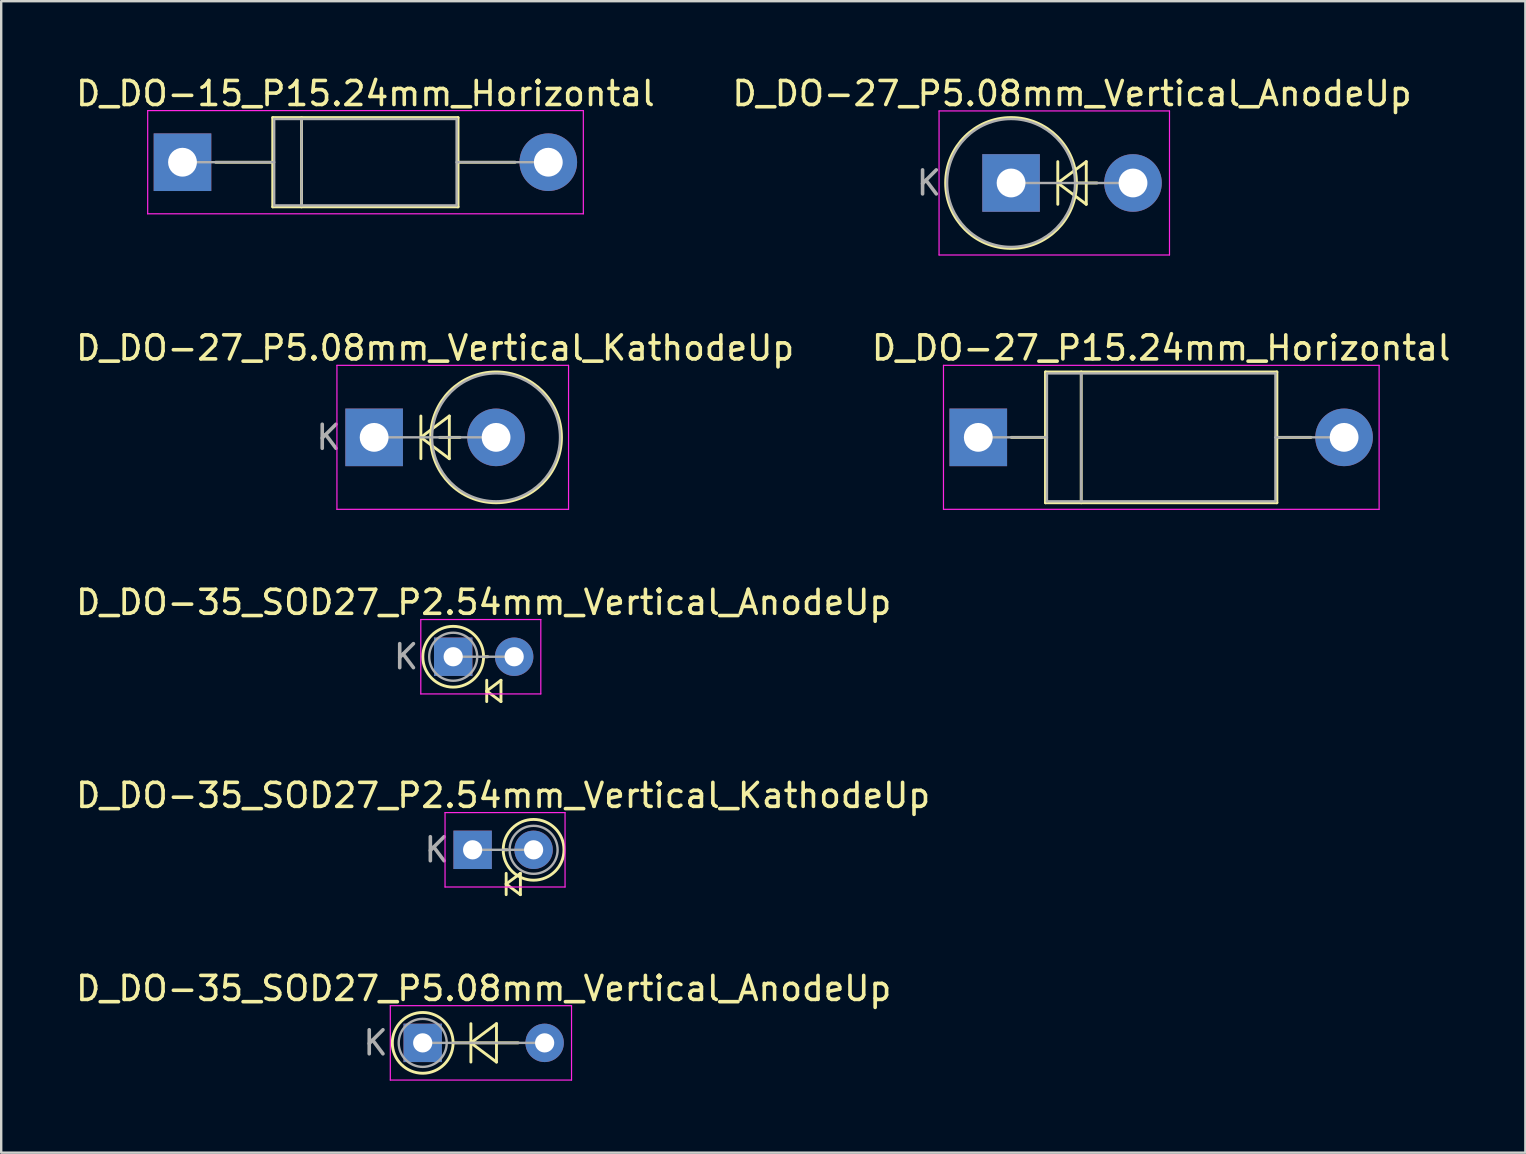
<source format=kicad_pcb>
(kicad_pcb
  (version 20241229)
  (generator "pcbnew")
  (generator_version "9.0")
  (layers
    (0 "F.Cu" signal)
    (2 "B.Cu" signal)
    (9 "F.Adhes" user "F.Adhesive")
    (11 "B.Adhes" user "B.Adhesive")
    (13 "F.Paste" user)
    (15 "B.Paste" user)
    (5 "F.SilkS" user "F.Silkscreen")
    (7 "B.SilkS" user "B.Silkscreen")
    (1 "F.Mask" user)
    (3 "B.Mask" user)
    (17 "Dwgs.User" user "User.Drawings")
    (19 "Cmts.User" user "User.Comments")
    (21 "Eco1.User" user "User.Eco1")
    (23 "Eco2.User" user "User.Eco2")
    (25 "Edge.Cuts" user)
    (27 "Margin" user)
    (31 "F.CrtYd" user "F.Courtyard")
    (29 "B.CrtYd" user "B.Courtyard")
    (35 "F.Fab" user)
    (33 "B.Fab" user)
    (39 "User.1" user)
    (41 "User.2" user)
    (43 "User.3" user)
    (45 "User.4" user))
  (footprint "D_DO-27_P15.24mm_Horizontal"
    (layer "F.Cu")
    (at 37.707 15.171)
    (property "Reference" "D_DO-27_P15.24mm_Horizontal" (at 7.62 -3.725 0) (layer "F.SilkS") (effects (font (size 1 1) (thickness 0.15))))
    (attr through_hole)
    (fp_line (start 1.38 0) (end 2.8 0) (stroke (width 0.12) (type solid)) (layer "F.SilkS"))
    (fp_line (start 2.8 -2.725) (end 2.8 2.725) (stroke (width 0.12) (type solid)) (layer "F.SilkS"))
    (fp_line (start 2.8 2.725) (end 12.44 2.725) (stroke (width 0.12) (type solid)) (layer "F.SilkS"))
    (fp_line (start 4.288 -2.725) (end 4.288 2.725) (stroke (width 0.12) (type solid)) (layer "F.SilkS"))
    (fp_line (start 12.44 -2.725) (end 2.8 -2.725) (stroke (width 0.12) (type solid)) (layer "F.SilkS"))
    (fp_line (start 12.44 2.725) (end 12.44 -2.725) (stroke (width 0.12) (type solid)) (layer "F.SilkS"))
    (fp_line (start 13.86 0) (end 12.44 0) (stroke (width 0.12) (type solid)) (layer "F.SilkS"))
    (fp_line (start -1.45 -3) (end -1.45 3) (stroke (width 0.05) (type solid)) (layer "F.CrtYd"))
    (fp_line (start -1.45 3) (end 16.7 3) (stroke (width 0.05) (type solid)) (layer "F.CrtYd"))
    (fp_line (start 16.7 -3) (end -1.45 -3) (stroke (width 0.05) (type solid)) (layer "F.CrtYd"))
    (fp_line (start 16.7 3) (end 16.7 -3) (stroke (width 0.05) (type solid)) (layer "F.CrtYd"))
    (fp_line (start 0 0) (end 2.86 0) (stroke (width 0.1) (type solid)) (layer "F.Fab"))
    (fp_line (start 2.86 -2.665) (end 2.86 2.665) (stroke (width 0.1) (type solid)) (layer "F.Fab"))
    (fp_line (start 2.86 2.665) (end 12.38 2.665) (stroke (width 0.1) (type solid)) (layer "F.Fab"))
    (fp_line (start 4.288 -2.665) (end 4.288 2.665) (stroke (width 0.1) (type solid)) (layer "F.Fab"))
    (fp_line (start 12.38 -2.665) (end 2.86 -2.665) (stroke (width 0.1) (type solid)) (layer "F.Fab"))
    (fp_line (start 12.38 2.665) (end 12.38 -2.665) (stroke (width 0.1) (type solid)) (layer "F.Fab"))
    (fp_line (start 15.24 0) (end 12.38 0) (stroke (width 0.1) (type solid)) (layer "F.Fab"))
    (pad "1" thru_hole rect (at 0 0) (size 2.4 2.4) (drill 1.2) (layers "*.Cu" "*.Mask"))
    (pad "2" thru_hole oval (at 15.24 0) (size 2.4 2.4) (drill 1.2) (layers "*.Cu" "*.Mask")))
  (footprint "D_DO-35_SOD27_P5.08mm_Vertical_AnodeUp"
    (layer "F.Cu")
    (at 14.561 40.398)
    (property "Reference" "D_DO-35_SOD27_P5.08mm_Vertical_AnodeUp" (at 2.54 -2.266 0) (layer "F.SilkS") (effects (font (size 1 1) (thickness 0.15))))
    (attr through_hole)
    (fp_line (start 1.266 0) (end 3.98 0) (stroke (width 0.12) (type solid)) (layer "F.SilkS"))
    (fp_line (start 2.007 -0.8) (end 2.007 0.8) (stroke (width 0.12) (type solid)) (layer "F.SilkS"))
    (fp_line (start 2.007 0) (end 3.073 -0.8) (stroke (width 0.12) (type solid)) (layer "F.SilkS"))
    (fp_line (start 3.073 -0.8) (end 3.073 0.8) (stroke (width 0.12) (type solid)) (layer "F.SilkS"))
    (fp_line (start 3.073 0.8) (end 2.007 0) (stroke (width 0.12) (type solid)) (layer "F.SilkS"))
    (fp_circle (center 0 0) (end 1.266 0) (stroke (width 0.12) (type solid)) (fill no) (layer "F.SilkS"))
    (fp_line (start -1.35 -1.55) (end -1.35 1.55) (stroke (width 0.05) (type solid)) (layer "F.CrtYd"))
    (fp_line (start -1.35 1.55) (end 6.2 1.55) (stroke (width 0.05) (type solid)) (layer "F.CrtYd"))
    (fp_line (start 6.2 -1.55) (end -1.35 -1.55) (stroke (width 0.05) (type solid)) (layer "F.CrtYd"))
    (fp_line (start 6.2 1.55) (end 6.2 -1.55) (stroke (width 0.05) (type solid)) (layer "F.CrtYd"))
    (fp_line (start 0 0) (end 5.08 0) (stroke (width 0.1) (type solid)) (layer "F.Fab"))
    (fp_circle (center 0 0) (end 1 0) (stroke (width 0.1) (type solid)) (fill no) (layer "F.Fab"))
    (fp_text user "K" (at -1.966 0 0) (layer "F.Fab") (effects (font (size 1 1) (thickness 0.15))))
    (pad "1" thru_hole rect (at 0 0) (size 1.6 1.6) (drill 0.8) (layers "*.Cu" "*.Mask"))
    (pad "2" thru_hole oval (at 5.08 0) (size 1.6 1.6) (drill 0.8) (layers "*.Cu" "*.Mask")))
  (footprint "D_DO-27_P5.08mm_Vertical_KathodeUp"
    (layer "F.Cu")
    (at 12.537 15.171)
    (property "Reference" "D_DO-27_P5.08mm_Vertical_KathodeUp" (at 2.54 -3.725 0) (layer "F.SilkS") (effects (font (size 1 1) (thickness 0.15))))
    (attr through_hole)
    (fp_line (start 1.947 -0.889) (end 1.947 0.889) (stroke (width 0.12) (type solid)) (layer "F.SilkS"))
    (fp_line (start 1.947 0) (end 3.133 -0.889) (stroke (width 0.12) (type solid)) (layer "F.SilkS"))
    (fp_line (start 2.725 0) (end 3.58 0) (stroke (width 0.12) (type solid)) (layer "F.SilkS"))
    (fp_line (start 3.133 -0.889) (end 3.133 0.889) (stroke (width 0.12) (type solid)) (layer "F.SilkS"))
    (fp_line (start 3.133 0.889) (end 1.947 0) (stroke (width 0.12) (type solid)) (layer "F.SilkS"))
    (fp_circle (center 5.08 0) (end 7.805 0) (stroke (width 0.12) (type solid)) (fill no) (layer "F.SilkS"))
    (fp_line (start -1.55 -3) (end -1.55 3) (stroke (width 0.05) (type solid)) (layer "F.CrtYd"))
    (fp_line (start -1.55 3) (end 8.1 3) (stroke (width 0.05) (type solid)) (layer "F.CrtYd"))
    (fp_line (start 8.1 -3) (end -1.55 -3) (stroke (width 0.05) (type solid)) (layer "F.CrtYd"))
    (fp_line (start 8.1 3) (end 8.1 -3) (stroke (width 0.05) (type solid)) (layer "F.CrtYd"))
    (fp_line (start 0 0) (end 5.08 0) (stroke (width 0.1) (type solid)) (layer "F.Fab"))
    (fp_circle (center 5.08 0) (end 7.745 0) (stroke (width 0.1) (type solid)) (fill no) (layer "F.Fab"))
    (fp_text user "K" (at -1.9 0 0) (layer "F.Fab") (effects (font (size 1 1) (thickness 0.15))))
    (pad "1" thru_hole rect (at 0 0) (size 2.4 2.4) (drill 1.2) (layers "*.Cu" "*.Mask"))
    (pad "2" thru_hole oval (at 5.08 0) (size 2.4 2.4) (drill 1.2) (layers "*.Cu" "*.Mask")))
  (footprint "D_DO-35_SOD27_P2.54mm_Vertical_AnodeUp"
    (layer "F.Cu")
    (at 15.831 24.311)
    (property "Reference" "D_DO-35_SOD27_P2.54mm_Vertical_AnodeUp" (at 1.27 -2.266 0) (layer "F.SilkS") (effects (font (size 1 1) (thickness 0.15))))
    (attr through_hole)
    (fp_line (start 1.266 0) (end 1.44 0) (stroke (width 0.12) (type solid)) (layer "F.SilkS"))
    (fp_line (start 1.397 0.98) (end 1.397 1.869) (stroke (width 0.12) (type solid)) (layer "F.SilkS"))
    (fp_line (start 1.397 1.425) (end 1.99 0.98) (stroke (width 0.12) (type solid)) (layer "F.SilkS"))
    (fp_line (start 1.99 0.98) (end 1.99 1.869) (stroke (width 0.12) (type solid)) (layer "F.SilkS"))
    (fp_line (start 1.99 1.869) (end 1.397 1.425) (stroke (width 0.12) (type solid)) (layer "F.SilkS"))
    (fp_circle (center 0 0) (end 1.266 0) (stroke (width 0.12) (type solid)) (fill no) (layer "F.SilkS"))
    (fp_line (start -1.35 -1.55) (end -1.35 1.55) (stroke (width 0.05) (type solid)) (layer "F.CrtYd"))
    (fp_line (start -1.35 1.55) (end 3.65 1.55) (stroke (width 0.05) (type solid)) (layer "F.CrtYd"))
    (fp_line (start 3.65 -1.55) (end -1.35 -1.55) (stroke (width 0.05) (type solid)) (layer "F.CrtYd"))
    (fp_line (start 3.65 1.55) (end 3.65 -1.55) (stroke (width 0.05) (type solid)) (layer "F.CrtYd"))
    (fp_line (start 0 0) (end 2.54 0) (stroke (width 0.1) (type solid)) (layer "F.Fab"))
    (fp_circle (center 0 0) (end 1 0) (stroke (width 0.1) (type solid)) (fill no) (layer "F.Fab"))
    (fp_text user "K" (at -1.966 0 0) (layer "F.Fab") (effects (font (size 1 1) (thickness 0.15))))
    (pad "1" thru_hole rect (at 0 0) (size 1.6 1.6) (drill 0.8) (layers "*.Cu" "*.Mask"))
    (pad "2" thru_hole oval (at 2.54 0) (size 1.6 1.6) (drill 0.8) (layers "*.Cu" "*.Mask")))
  (footprint "D_DO-35_SOD27_P2.54mm_Vertical_KathodeUp"
    (layer "F.Cu")
    (at 16.641 32.355)
    (property "Reference" "D_DO-35_SOD27_P2.54mm_Vertical_KathodeUp" (at 1.27 -2.266 0) (layer "F.SilkS") (effects (font (size 1 1) (thickness 0.15))))
    (attr through_hole)
    (fp_line (start 1.266 0) (end 1.44 0) (stroke (width 0.12) (type solid)) (layer "F.SilkS"))
    (fp_line (start 1.397 0.98) (end 1.397 1.869) (stroke (width 0.12) (type solid)) (layer "F.SilkS"))
    (fp_line (start 1.397 1.425) (end 1.99 0.98) (stroke (width 0.12) (type solid)) (layer "F.SilkS"))
    (fp_line (start 1.99 0.98) (end 1.99 1.869) (stroke (width 0.12) (type solid)) (layer "F.SilkS"))
    (fp_line (start 1.99 1.869) (end 1.397 1.425) (stroke (width 0.12) (type solid)) (layer "F.SilkS"))
    (fp_circle (center 2.54 0) (end 3.806 0) (stroke (width 0.12) (type solid)) (fill no) (layer "F.SilkS"))
    (fp_line (start -1.15 -1.55) (end -1.15 1.55) (stroke (width 0.05) (type solid)) (layer "F.CrtYd"))
    (fp_line (start -1.15 1.55) (end 3.85 1.55) (stroke (width 0.05) (type solid)) (layer "F.CrtYd"))
    (fp_line (start 3.85 -1.55) (end -1.15 -1.55) (stroke (width 0.05) (type solid)) (layer "F.CrtYd"))
    (fp_line (start 3.85 1.55) (end 3.85 -1.55) (stroke (width 0.05) (type solid)) (layer "F.CrtYd"))
    (fp_line (start 0 0) (end 2.54 0) (stroke (width 0.1) (type solid)) (layer "F.Fab"))
    (fp_circle (center 2.54 0) (end 3.54 0) (stroke (width 0.1) (type solid)) (fill no) (layer "F.Fab"))
    (fp_text user "K" (at -1.5 0 0) (layer "F.Fab") (effects (font (size 1 1) (thickness 0.15))))
    (pad "1" thru_hole rect (at 0 0) (size 1.6 1.6) (drill 0.8) (layers "*.Cu" "*.Mask"))
    (pad "2" thru_hole oval (at 2.54 0) (size 1.6 1.6) (drill 0.8) (layers "*.Cu" "*.Mask")))
  (footprint "D_DO-15_P15.24mm_Horizontal"
    (layer "F.Cu")
    (at 4.553 3.708)
    (property "Reference" "D_DO-15_P15.24mm_Horizontal" (at 7.62 -2.86 0) (layer "F.SilkS") (effects (font (size 1 1) (thickness 0.15))))
    (attr through_hole)
    (fp_line (start 1.38 0) (end 3.76 0) (stroke (width 0.12) (type solid)) (layer "F.SilkS"))
    (fp_line (start 3.76 -1.86) (end 3.76 1.86) (stroke (width 0.12) (type solid)) (layer "F.SilkS"))
    (fp_line (start 3.76 1.86) (end 11.48 1.86) (stroke (width 0.12) (type solid)) (layer "F.SilkS"))
    (fp_line (start 4.96 -1.86) (end 4.96 1.86) (stroke (width 0.12) (type solid)) (layer "F.SilkS"))
    (fp_line (start 11.48 -1.86) (end 3.76 -1.86) (stroke (width 0.12) (type solid)) (layer "F.SilkS"))
    (fp_line (start 11.48 1.86) (end 11.48 -1.86) (stroke (width 0.12) (type solid)) (layer "F.SilkS"))
    (fp_line (start 13.86 0) (end 11.48 0) (stroke (width 0.12) (type solid)) (layer "F.SilkS"))
    (fp_line (start -1.45 -2.15) (end -1.45 2.15) (stroke (width 0.05) (type solid)) (layer "F.CrtYd"))
    (fp_line (start -1.45 2.15) (end 16.7 2.15) (stroke (width 0.05) (type solid)) (layer "F.CrtYd"))
    (fp_line (start 16.7 -2.15) (end -1.45 -2.15) (stroke (width 0.05) (type solid)) (layer "F.CrtYd"))
    (fp_line (start 16.7 2.15) (end 16.7 -2.15) (stroke (width 0.05) (type solid)) (layer "F.CrtYd"))
    (fp_line (start 0 0) (end 3.82 0) (stroke (width 0.1) (type solid)) (layer "F.Fab"))
    (fp_line (start 3.82 -1.8) (end 3.82 1.8) (stroke (width 0.1) (type solid)) (layer "F.Fab"))
    (fp_line (start 3.82 1.8) (end 11.42 1.8) (stroke (width 0.1) (type solid)) (layer "F.Fab"))
    (fp_line (start 4.96 -1.8) (end 4.96 1.8) (stroke (width 0.1) (type solid)) (layer "F.Fab"))
    (fp_line (start 11.42 -1.8) (end 3.82 -1.8) (stroke (width 0.1) (type solid)) (layer "F.Fab"))
    (fp_line (start 11.42 1.8) (end 11.42 -1.8) (stroke (width 0.1) (type solid)) (layer "F.Fab"))
    (fp_line (start 15.24 0) (end 11.42 0) (stroke (width 0.1) (type solid)) (layer "F.Fab"))
    (pad "1" thru_hole rect (at 0 0) (size 2.4 2.4) (drill 1.2) (layers "*.Cu" "*.Mask"))
    (pad "2" thru_hole oval (at 15.24 0) (size 2.4 2.4) (drill 1.2) (layers "*.Cu" "*.Mask")))
  (footprint "D_DO-27_P5.08mm_Vertical_AnodeUp"
    (layer "F.Cu")
    (at 39.073 4.573)
    (property "Reference" "D_DO-27_P5.08mm_Vertical_AnodeUp" (at 2.54 -3.725 0) (layer "F.SilkS") (effects (font (size 1 1) (thickness 0.15))))
    (attr through_hole)
    (fp_line (start 1.947 -0.889) (end 1.947 0.889) (stroke (width 0.12) (type solid)) (layer "F.SilkS"))
    (fp_line (start 1.947 0) (end 3.133 -0.889) (stroke (width 0.12) (type solid)) (layer "F.SilkS"))
    (fp_line (start 2.725 0) (end 3.58 0) (stroke (width 0.12) (type solid)) (layer "F.SilkS"))
    (fp_line (start 3.133 -0.889) (end 3.133 0.889) (stroke (width 0.12) (type solid)) (layer "F.SilkS"))
    (fp_line (start 3.133 0.889) (end 1.947 0) (stroke (width 0.12) (type solid)) (layer "F.SilkS"))
    (fp_circle (center 0 0) (end 2.725 0) (stroke (width 0.12) (type solid)) (fill no) (layer "F.SilkS"))
    (fp_line (start -3 -3) (end -3 3) (stroke (width 0.05) (type solid)) (layer "F.CrtYd"))
    (fp_line (start -3 3) (end 6.6 3) (stroke (width 0.05) (type solid)) (layer "F.CrtYd"))
    (fp_line (start 6.6 -3) (end -3 -3) (stroke (width 0.05) (type solid)) (layer "F.CrtYd"))
    (fp_line (start 6.6 3) (end 6.6 -3) (stroke (width 0.05) (type solid)) (layer "F.CrtYd"))
    (fp_line (start 0 0) (end 5.08 0) (stroke (width 0.1) (type solid)) (layer "F.Fab"))
    (fp_circle (center 0 0) (end 2.665 0) (stroke (width 0.1) (type solid)) (fill no) (layer "F.Fab"))
    (fp_text user "K" (at -3.425 0 0) (layer "F.Fab") (effects (font (size 1 1) (thickness 0.15))))
    (pad "1" thru_hole rect (at 0 0) (size 2.4 2.4) (drill 1.2) (layers "*.Cu" "*.Mask"))
    (pad "2" thru_hole oval (at 5.08 0) (size 2.4 2.4) (drill 1.2) (layers "*.Cu" "*.Mask")))
  (gr_rect
    (start -3 -3)
    (end 60.5 44.973)
    (stroke (width 0.1) (type default))
    (fill no)
    (layer "Edge.Cuts")))
</source>
